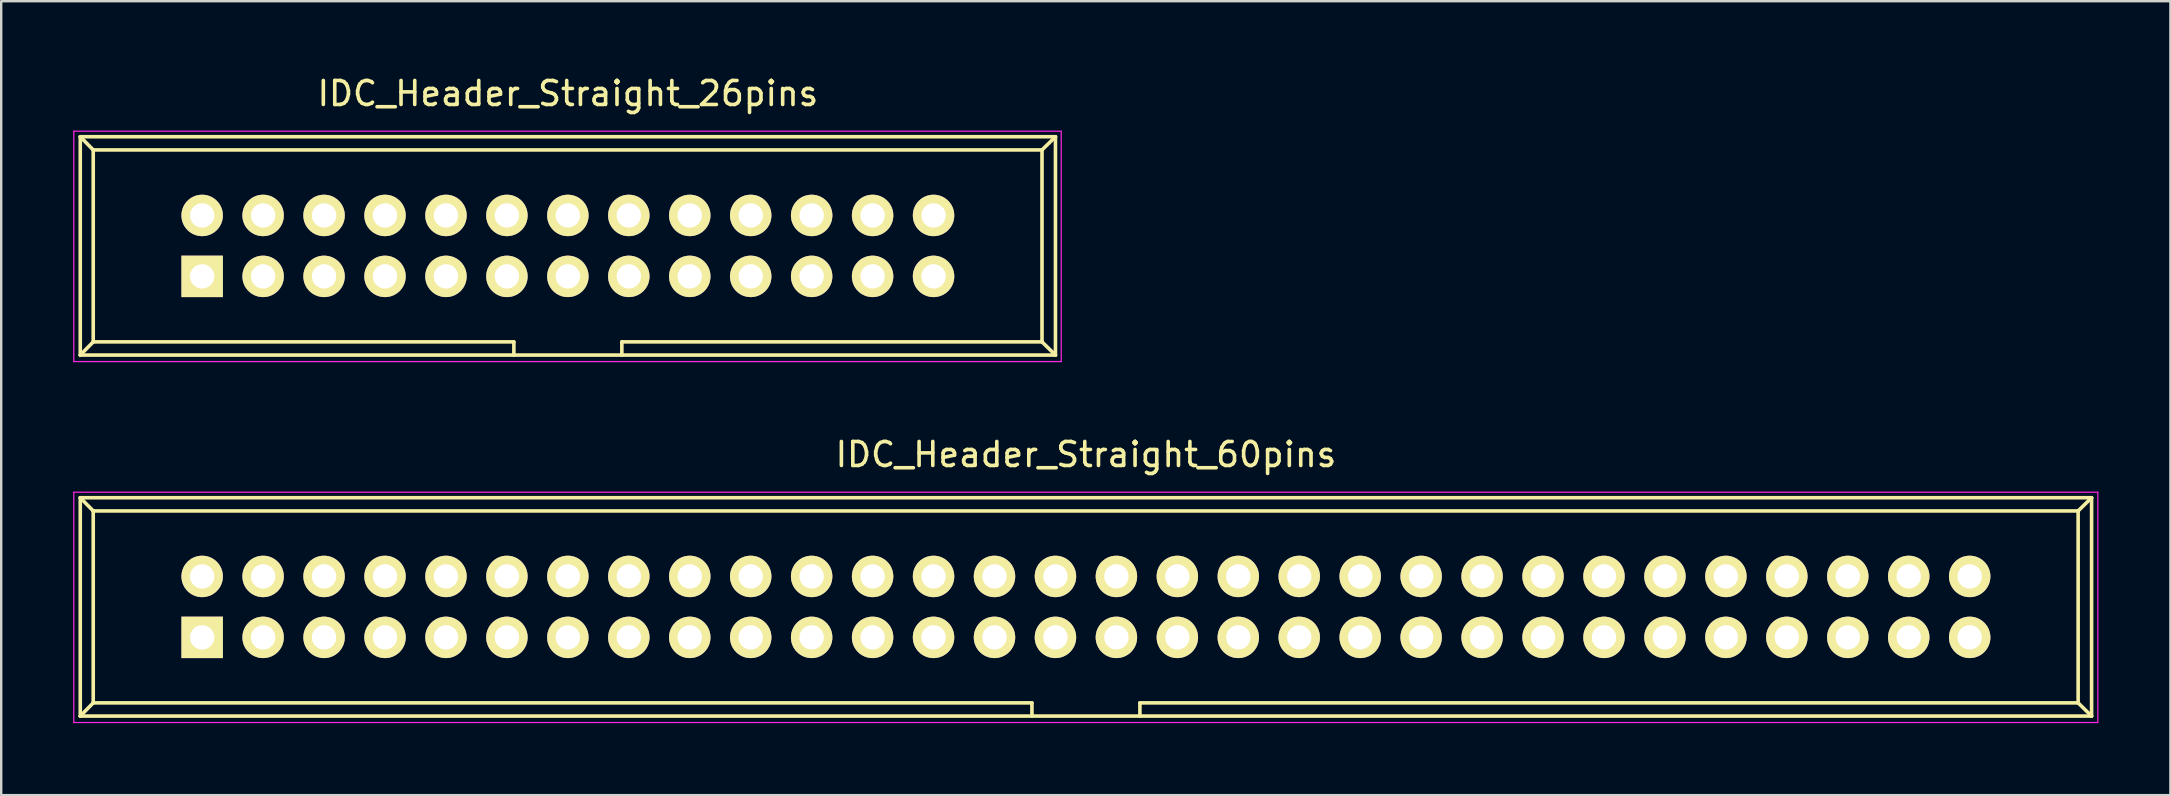
<source format=kicad_pcb>
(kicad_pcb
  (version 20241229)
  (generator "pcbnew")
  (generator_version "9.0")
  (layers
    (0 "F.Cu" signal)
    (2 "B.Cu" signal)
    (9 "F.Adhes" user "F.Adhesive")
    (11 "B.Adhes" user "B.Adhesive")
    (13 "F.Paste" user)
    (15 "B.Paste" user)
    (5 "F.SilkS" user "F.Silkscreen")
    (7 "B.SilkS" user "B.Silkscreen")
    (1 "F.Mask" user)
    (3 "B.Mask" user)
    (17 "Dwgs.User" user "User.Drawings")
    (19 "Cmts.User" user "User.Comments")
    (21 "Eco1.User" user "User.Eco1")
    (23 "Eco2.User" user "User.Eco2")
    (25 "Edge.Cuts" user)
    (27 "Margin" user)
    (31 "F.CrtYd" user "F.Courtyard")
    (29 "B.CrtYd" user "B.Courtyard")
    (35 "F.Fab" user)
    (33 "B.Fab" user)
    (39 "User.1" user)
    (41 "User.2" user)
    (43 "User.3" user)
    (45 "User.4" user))
  (footprint "IDC_Header_Straight_60pins"
    (layer "F.Cu")
    (at 5.375 23.512)
    (property "Reference" "IDC_Header_Straight_60pins" (at 36.83 -7.62 0) (layer "F.SilkS") (effects (font (size 1 1) (thickness 0.15))))
    (attr through_hole)
    (fp_line (start -5.08 -5.82) (end -5.08 3.28) (stroke (width 0.15) (type solid)) (layer "F.SilkS"))
    (fp_line (start -5.08 -5.82) (end -4.54 -5.27) (stroke (width 0.15) (type solid)) (layer "F.SilkS"))
    (fp_line (start -5.08 -5.82) (end 78.74 -5.82) (stroke (width 0.15) (type solid)) (layer "F.SilkS"))
    (fp_line (start -5.08 3.28) (end -4.54 2.73) (stroke (width 0.15) (type solid)) (layer "F.SilkS"))
    (fp_line (start -5.08 3.28) (end 78.74 3.28) (stroke (width 0.15) (type solid)) (layer "F.SilkS"))
    (fp_line (start -4.54 -5.27) (end -4.54 2.73) (stroke (width 0.15) (type solid)) (layer "F.SilkS"))
    (fp_line (start -4.54 -5.27) (end 78.18 -5.27) (stroke (width 0.15) (type solid)) (layer "F.SilkS"))
    (fp_line (start -4.54 2.73) (end 34.58 2.73) (stroke (width 0.15) (type solid)) (layer "F.SilkS"))
    (fp_line (start 34.58 2.73) (end 34.58 3.28) (stroke (width 0.15) (type solid)) (layer "F.SilkS"))
    (fp_line (start 39.08 2.73) (end 39.08 3.28) (stroke (width 0.15) (type solid)) (layer "F.SilkS"))
    (fp_line (start 39.08 2.73) (end 78.18 2.73) (stroke (width 0.15) (type solid)) (layer "F.SilkS"))
    (fp_line (start 78.18 -5.27) (end 78.18 2.73) (stroke (width 0.15) (type solid)) (layer "F.SilkS"))
    (fp_line (start 78.74 -5.82) (end 78.18 -5.27) (stroke (width 0.15) (type solid)) (layer "F.SilkS"))
    (fp_line (start 78.74 -5.82) (end 78.74 3.28) (stroke (width 0.15) (type solid)) (layer "F.SilkS"))
    (fp_line (start 78.74 3.28) (end 78.18 2.73) (stroke (width 0.15) (type solid)) (layer "F.SilkS"))
    (fp_line (start -5.35 -6.05) (end 79 -6.05) (stroke (width 0.05) (type solid)) (layer "F.CrtYd"))
    (fp_line (start -5.35 3.55) (end -5.35 -6.05) (stroke (width 0.05) (type solid)) (layer "F.CrtYd"))
    (fp_line (start 79 -6.05) (end 79 3.55) (stroke (width 0.05) (type solid)) (layer "F.CrtYd"))
    (fp_line (start 79 3.55) (end -5.35 3.55) (stroke (width 0.05) (type solid)) (layer "F.CrtYd"))
    (pad "1" thru_hole rect (at 0 0) (size 1.727 1.727) (drill 1.016) (layers "*.Cu" "*.Mask" "F.SilkS"))
    (pad "2" thru_hole oval (at 0 -2.54) (size 1.727 1.727) (drill 1.016) (layers "*.Cu" "*.Mask" "F.SilkS"))
    (pad "3" thru_hole oval (at 2.54 0) (size 1.727 1.727) (drill 1.016) (layers "*.Cu" "*.Mask" "F.SilkS"))
    (pad "4" thru_hole oval (at 2.54 -2.54) (size 1.727 1.727) (drill 1.016) (layers "*.Cu" "*.Mask" "F.SilkS"))
    (pad "5" thru_hole oval (at 5.08 0) (size 1.727 1.727) (drill 1.016) (layers "*.Cu" "*.Mask" "F.SilkS"))
    (pad "6" thru_hole oval (at 5.08 -2.54) (size 1.727 1.727) (drill 1.016) (layers "*.Cu" "*.Mask" "F.SilkS"))
    (pad "7" thru_hole oval (at 7.62 0) (size 1.727 1.727) (drill 1.016) (layers "*.Cu" "*.Mask" "F.SilkS"))
    (pad "8" thru_hole oval (at 7.62 -2.54) (size 1.727 1.727) (drill 1.016) (layers "*.Cu" "*.Mask" "F.SilkS"))
    (pad "9" thru_hole oval (at 10.16 0) (size 1.727 1.727) (drill 1.016) (layers "*.Cu" "*.Mask" "F.SilkS"))
    (pad "10" thru_hole oval (at 10.16 -2.54) (size 1.727 1.727) (drill 1.016) (layers "*.Cu" "*.Mask" "F.SilkS"))
    (pad "11" thru_hole oval (at 12.7 0) (size 1.727 1.727) (drill 1.016) (layers "*.Cu" "*.Mask" "F.SilkS"))
    (pad "12" thru_hole oval (at 12.7 -2.54) (size 1.727 1.727) (drill 1.016) (layers "*.Cu" "*.Mask" "F.SilkS"))
    (pad "13" thru_hole oval (at 15.24 0) (size 1.727 1.727) (drill 1.016) (layers "*.Cu" "*.Mask" "F.SilkS"))
    (pad "14" thru_hole oval (at 15.24 -2.54) (size 1.727 1.727) (drill 1.016) (layers "*.Cu" "*.Mask" "F.SilkS"))
    (pad "15" thru_hole oval (at 17.78 0) (size 1.727 1.727) (drill 1.016) (layers "*.Cu" "*.Mask" "F.SilkS"))
    (pad "16" thru_hole oval (at 17.78 -2.54) (size 1.727 1.727) (drill 1.016) (layers "*.Cu" "*.Mask" "F.SilkS"))
    (pad "17" thru_hole oval (at 20.32 0) (size 1.727 1.727) (drill 1.016) (layers "*.Cu" "*.Mask" "F.SilkS"))
    (pad "18" thru_hole oval (at 20.32 -2.54) (size 1.727 1.727) (drill 1.016) (layers "*.Cu" "*.Mask" "F.SilkS"))
    (pad "19" thru_hole oval (at 22.86 0) (size 1.727 1.727) (drill 1.016) (layers "*.Cu" "*.Mask" "F.SilkS"))
    (pad "20" thru_hole oval (at 22.86 -2.54) (size 1.727 1.727) (drill 1.016) (layers "*.Cu" "*.Mask" "F.SilkS"))
    (pad "21" thru_hole oval (at 25.4 0) (size 1.727 1.727) (drill 1.016) (layers "*.Cu" "*.Mask" "F.SilkS"))
    (pad "22" thru_hole oval (at 25.4 -2.54) (size 1.727 1.727) (drill 1.016) (layers "*.Cu" "*.Mask" "F.SilkS"))
    (pad "23" thru_hole oval (at 27.94 0) (size 1.727 1.727) (drill 1.016) (layers "*.Cu" "*.Mask" "F.SilkS"))
    (pad "24" thru_hole oval (at 27.94 -2.54) (size 1.727 1.727) (drill 1.016) (layers "*.Cu" "*.Mask" "F.SilkS"))
    (pad "25" thru_hole oval (at 30.48 0) (size 1.727 1.727) (drill 1.016) (layers "*.Cu" "*.Mask" "F.SilkS"))
    (pad "26" thru_hole oval (at 30.48 -2.54) (size 1.727 1.727) (drill 1.016) (layers "*.Cu" "*.Mask" "F.SilkS"))
    (pad "27" thru_hole oval (at 33.02 0) (size 1.727 1.727) (drill 1.016) (layers "*.Cu" "*.Mask" "F.SilkS"))
    (pad "28" thru_hole oval (at 33.02 -2.54) (size 1.727 1.727) (drill 1.016) (layers "*.Cu" "*.Mask" "F.SilkS"))
    (pad "29" thru_hole oval (at 35.56 0) (size 1.727 1.727) (drill 1.016) (layers "*.Cu" "*.Mask" "F.SilkS"))
    (pad "30" thru_hole oval (at 35.56 -2.54) (size 1.727 1.727) (drill 1.016) (layers "*.Cu" "*.Mask" "F.SilkS"))
    (pad "31" thru_hole oval (at 38.1 0) (size 1.727 1.727) (drill 1.016) (layers "*.Cu" "*.Mask" "F.SilkS"))
    (pad "32" thru_hole oval (at 38.1 -2.54) (size 1.727 1.727) (drill 1.016) (layers "*.Cu" "*.Mask" "F.SilkS"))
    (pad "33" thru_hole oval (at 40.64 0) (size 1.727 1.727) (drill 1.016) (layers "*.Cu" "*.Mask" "F.SilkS"))
    (pad "34" thru_hole oval (at 40.64 -2.54) (size 1.727 1.727) (drill 1.016) (layers "*.Cu" "*.Mask" "F.SilkS"))
    (pad "35" thru_hole oval (at 43.18 0) (size 1.727 1.727) (drill 1.016) (layers "*.Cu" "*.Mask" "F.SilkS"))
    (pad "36" thru_hole oval (at 43.18 -2.54) (size 1.727 1.727) (drill 1.016) (layers "*.Cu" "*.Mask" "F.SilkS"))
    (pad "37" thru_hole oval (at 45.72 0) (size 1.727 1.727) (drill 1.016) (layers "*.Cu" "*.Mask" "F.SilkS"))
    (pad "38" thru_hole oval (at 45.72 -2.54) (size 1.727 1.727) (drill 1.016) (layers "*.Cu" "*.Mask" "F.SilkS"))
    (pad "39" thru_hole oval (at 48.26 0) (size 1.727 1.727) (drill 1.016) (layers "*.Cu" "*.Mask" "F.SilkS"))
    (pad "40" thru_hole oval (at 48.26 -2.54) (size 1.727 1.727) (drill 1.016) (layers "*.Cu" "*.Mask" "F.SilkS"))
    (pad "41" thru_hole oval (at 50.8 0) (size 1.727 1.727) (drill 1.016) (layers "*.Cu" "*.Mask" "F.SilkS"))
    (pad "42" thru_hole oval (at 50.8 -2.54) (size 1.727 1.727) (drill 1.016) (layers "*.Cu" "*.Mask" "F.SilkS"))
    (pad "43" thru_hole oval (at 53.34 0) (size 1.727 1.727) (drill 1.016) (layers "*.Cu" "*.Mask" "F.SilkS"))
    (pad "44" thru_hole oval (at 53.34 -2.54) (size 1.727 1.727) (drill 1.016) (layers "*.Cu" "*.Mask" "F.SilkS"))
    (pad "45" thru_hole oval (at 55.88 0) (size 1.727 1.727) (drill 1.016) (layers "*.Cu" "*.Mask" "F.SilkS"))
    (pad "46" thru_hole oval (at 55.88 -2.54) (size 1.727 1.727) (drill 1.016) (layers "*.Cu" "*.Mask" "F.SilkS"))
    (pad "47" thru_hole oval (at 58.42 0) (size 1.727 1.727) (drill 1.016) (layers "*.Cu" "*.Mask" "F.SilkS"))
    (pad "48" thru_hole oval (at 58.42 -2.54) (size 1.727 1.727) (drill 1.016) (layers "*.Cu" "*.Mask" "F.SilkS"))
    (pad "49" thru_hole oval (at 60.96 0) (size 1.727 1.727) (drill 1.016) (layers "*.Cu" "*.Mask" "F.SilkS"))
    (pad "50" thru_hole oval (at 60.96 -2.54) (size 1.727 1.727) (drill 1.016) (layers "*.Cu" "*.Mask" "F.SilkS"))
    (pad "51" thru_hole oval (at 63.5 0) (size 1.727 1.727) (drill 1.016) (layers "*.Cu" "*.Mask" "F.SilkS"))
    (pad "52" thru_hole oval (at 63.5 -2.54) (size 1.727 1.727) (drill 1.016) (layers "*.Cu" "*.Mask" "F.SilkS"))
    (pad "53" thru_hole oval (at 66.04 0) (size 1.727 1.727) (drill 1.016) (layers "*.Cu" "*.Mask" "F.SilkS"))
    (pad "54" thru_hole oval (at 66.04 -2.54) (size 1.727 1.727) (drill 1.016) (layers "*.Cu" "*.Mask" "F.SilkS"))
    (pad "55" thru_hole oval (at 68.58 0) (size 1.727 1.727) (drill 1.016) (layers "*.Cu" "*.Mask" "F.SilkS"))
    (pad "56" thru_hole oval (at 68.58 -2.54) (size 1.727 1.727) (drill 1.016) (layers "*.Cu" "*.Mask" "F.SilkS"))
    (pad "57" thru_hole oval (at 71.12 0) (size 1.727 1.727) (drill 1.016) (layers "*.Cu" "*.Mask" "F.SilkS"))
    (pad "58" thru_hole oval (at 71.12 -2.54) (size 1.727 1.727) (drill 1.016) (layers "*.Cu" "*.Mask" "F.SilkS"))
    (pad "59" thru_hole oval (at 73.66 0) (size 1.727 1.727) (drill 1.016) (layers "*.Cu" "*.Mask" "F.SilkS"))
    (pad "60" thru_hole oval (at 73.66 -2.54) (size 1.727 1.727) (drill 1.016) (layers "*.Cu" "*.Mask" "F.SilkS")))
  (footprint "IDC_Header_Straight_26pins"
    (layer "F.Cu")
    (at 5.375 8.468)
    (property "Reference" "IDC_Header_Straight_26pins" (at 15.24 -7.62 0) (layer "F.SilkS") (effects (font (size 1 1) (thickness 0.15))))
    (attr through_hole)
    (fp_line (start -5.08 -5.82) (end -5.08 3.28) (stroke (width 0.15) (type solid)) (layer "F.SilkS"))
    (fp_line (start -5.08 -5.82) (end -4.54 -5.27) (stroke (width 0.15) (type solid)) (layer "F.SilkS"))
    (fp_line (start -5.08 -5.82) (end 35.56 -5.82) (stroke (width 0.15) (type solid)) (layer "F.SilkS"))
    (fp_line (start -5.08 3.28) (end -4.54 2.73) (stroke (width 0.15) (type solid)) (layer "F.SilkS"))
    (fp_line (start -5.08 3.28) (end 35.56 3.28) (stroke (width 0.15) (type solid)) (layer "F.SilkS"))
    (fp_line (start -4.54 -5.27) (end -4.54 2.73) (stroke (width 0.15) (type solid)) (layer "F.SilkS"))
    (fp_line (start -4.54 -5.27) (end 35 -5.27) (stroke (width 0.15) (type solid)) (layer "F.SilkS"))
    (fp_line (start -4.54 2.73) (end 12.99 2.73) (stroke (width 0.15) (type solid)) (layer "F.SilkS"))
    (fp_line (start 12.99 2.73) (end 12.99 3.28) (stroke (width 0.15) (type solid)) (layer "F.SilkS"))
    (fp_line (start 17.49 2.73) (end 17.49 3.28) (stroke (width 0.15) (type solid)) (layer "F.SilkS"))
    (fp_line (start 17.49 2.73) (end 35 2.73) (stroke (width 0.15) (type solid)) (layer "F.SilkS"))
    (fp_line (start 35 -5.27) (end 35 2.73) (stroke (width 0.15) (type solid)) (layer "F.SilkS"))
    (fp_line (start 35.56 -5.82) (end 35 -5.27) (stroke (width 0.15) (type solid)) (layer "F.SilkS"))
    (fp_line (start 35.56 -5.82) (end 35.56 3.28) (stroke (width 0.15) (type solid)) (layer "F.SilkS"))
    (fp_line (start 35.56 3.28) (end 35 2.73) (stroke (width 0.15) (type solid)) (layer "F.SilkS"))
    (fp_line (start -5.35 -6.05) (end 35.8 -6.05) (stroke (width 0.05) (type solid)) (layer "F.CrtYd"))
    (fp_line (start -5.35 3.55) (end -5.35 -6.05) (stroke (width 0.05) (type solid)) (layer "F.CrtYd"))
    (fp_line (start 35.8 -6.05) (end 35.8 3.55) (stroke (width 0.05) (type solid)) (layer "F.CrtYd"))
    (fp_line (start 35.8 3.55) (end -5.35 3.55) (stroke (width 0.05) (type solid)) (layer "F.CrtYd"))
    (pad "1" thru_hole rect (at 0 0) (size 1.727 1.727) (drill 1.016) (layers "*.Cu" "*.Mask" "F.SilkS"))
    (pad "2" thru_hole oval (at 0 -2.54) (size 1.727 1.727) (drill 1.016) (layers "*.Cu" "*.Mask" "F.SilkS"))
    (pad "3" thru_hole oval (at 2.54 0) (size 1.727 1.727) (drill 1.016) (layers "*.Cu" "*.Mask" "F.SilkS"))
    (pad "4" thru_hole oval (at 2.54 -2.54) (size 1.727 1.727) (drill 1.016) (layers "*.Cu" "*.Mask" "F.SilkS"))
    (pad "5" thru_hole oval (at 5.08 0) (size 1.727 1.727) (drill 1.016) (layers "*.Cu" "*.Mask" "F.SilkS"))
    (pad "6" thru_hole oval (at 5.08 -2.54) (size 1.727 1.727) (drill 1.016) (layers "*.Cu" "*.Mask" "F.SilkS"))
    (pad "7" thru_hole oval (at 7.62 0) (size 1.727 1.727) (drill 1.016) (layers "*.Cu" "*.Mask" "F.SilkS"))
    (pad "8" thru_hole oval (at 7.62 -2.54) (size 1.727 1.727) (drill 1.016) (layers "*.Cu" "*.Mask" "F.SilkS"))
    (pad "9" thru_hole oval (at 10.16 0) (size 1.727 1.727) (drill 1.016) (layers "*.Cu" "*.Mask" "F.SilkS"))
    (pad "10" thru_hole oval (at 10.16 -2.54) (size 1.727 1.727) (drill 1.016) (layers "*.Cu" "*.Mask" "F.SilkS"))
    (pad "11" thru_hole oval (at 12.7 0) (size 1.727 1.727) (drill 1.016) (layers "*.Cu" "*.Mask" "F.SilkS"))
    (pad "12" thru_hole oval (at 12.7 -2.54) (size 1.727 1.727) (drill 1.016) (layers "*.Cu" "*.Mask" "F.SilkS"))
    (pad "13" thru_hole oval (at 15.24 0) (size 1.727 1.727) (drill 1.016) (layers "*.Cu" "*.Mask" "F.SilkS"))
    (pad "14" thru_hole oval (at 15.24 -2.54) (size 1.727 1.727) (drill 1.016) (layers "*.Cu" "*.Mask" "F.SilkS"))
    (pad "15" thru_hole oval (at 17.78 0) (size 1.727 1.727) (drill 1.016) (layers "*.Cu" "*.Mask" "F.SilkS"))
    (pad "16" thru_hole oval (at 17.78 -2.54) (size 1.727 1.727) (drill 1.016) (layers "*.Cu" "*.Mask" "F.SilkS"))
    (pad "17" thru_hole oval (at 20.32 0) (size 1.727 1.727) (drill 1.016) (layers "*.Cu" "*.Mask" "F.SilkS"))
    (pad "18" thru_hole oval (at 20.32 -2.54) (size 1.727 1.727) (drill 1.016) (layers "*.Cu" "*.Mask" "F.SilkS"))
    (pad "19" thru_hole oval (at 22.86 0) (size 1.727 1.727) (drill 1.016) (layers "*.Cu" "*.Mask" "F.SilkS"))
    (pad "20" thru_hole oval (at 22.86 -2.54) (size 1.727 1.727) (drill 1.016) (layers "*.Cu" "*.Mask" "F.SilkS"))
    (pad "21" thru_hole oval (at 25.4 0) (size 1.727 1.727) (drill 1.016) (layers "*.Cu" "*.Mask" "F.SilkS"))
    (pad "22" thru_hole oval (at 25.4 -2.54) (size 1.727 1.727) (drill 1.016) (layers "*.Cu" "*.Mask" "F.SilkS"))
    (pad "23" thru_hole oval (at 27.94 0) (size 1.727 1.727) (drill 1.016) (layers "*.Cu" "*.Mask" "F.SilkS"))
    (pad "24" thru_hole oval (at 27.94 -2.54) (size 1.727 1.727) (drill 1.016) (layers "*.Cu" "*.Mask" "F.SilkS"))
    (pad "25" thru_hole oval (at 30.48 0) (size 1.727 1.727) (drill 1.016) (layers "*.Cu" "*.Mask" "F.SilkS"))
    (pad "26" thru_hole oval (at 30.48 -2.54) (size 1.727 1.727) (drill 1.016) (layers "*.Cu" "*.Mask" "F.SilkS")))
  (gr_rect
    (start -3 -3)
    (end 87.4 30.087)
    (stroke (width 0.1) (type default))
    (fill no)
    (layer "Edge.Cuts")))
</source>
